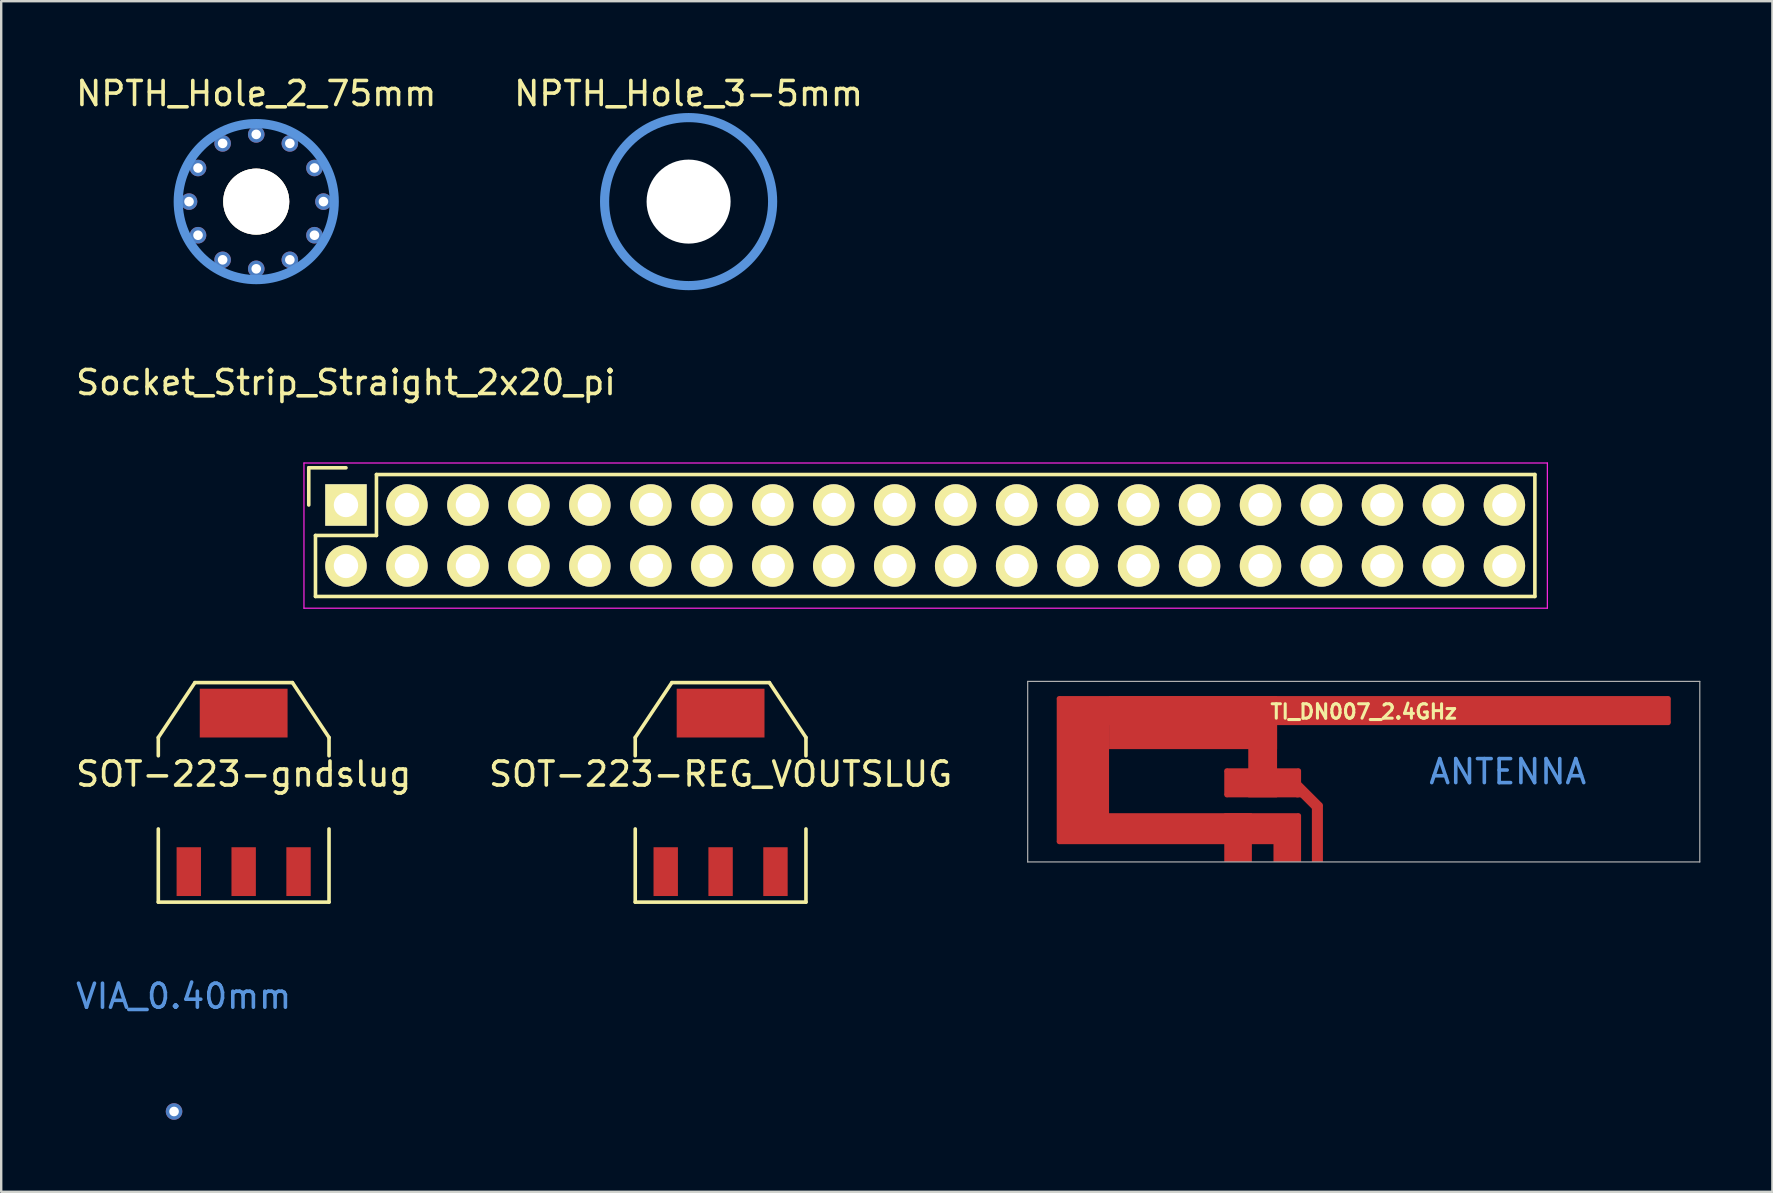
<source format=kicad_pcb>
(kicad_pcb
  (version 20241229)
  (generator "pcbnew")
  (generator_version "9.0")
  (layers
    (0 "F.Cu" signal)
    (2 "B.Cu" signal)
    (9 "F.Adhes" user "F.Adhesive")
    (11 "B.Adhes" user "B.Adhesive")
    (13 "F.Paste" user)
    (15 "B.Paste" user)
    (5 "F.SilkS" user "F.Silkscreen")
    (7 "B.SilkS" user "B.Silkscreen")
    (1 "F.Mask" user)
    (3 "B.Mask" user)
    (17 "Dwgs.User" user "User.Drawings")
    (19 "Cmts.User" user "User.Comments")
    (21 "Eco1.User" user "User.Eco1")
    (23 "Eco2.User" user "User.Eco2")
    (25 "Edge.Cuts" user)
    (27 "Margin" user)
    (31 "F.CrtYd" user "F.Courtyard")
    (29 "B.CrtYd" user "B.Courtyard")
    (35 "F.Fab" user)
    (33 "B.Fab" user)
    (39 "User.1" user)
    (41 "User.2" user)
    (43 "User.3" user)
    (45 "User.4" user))
  (footprint "NPTH_Hole_2_75mm"
    (layer "F.Cu")
    (at 7.625 5.349)
    (property "Reference" "NPTH_Hole_2_75mm" (at 0 -4.501 0) (layer "F.SilkS") (effects (font (size 1 1) (thickness 0.15))))
    (attr through_hole)
    (fp_circle (center 0 0) (end 3.25 0) (stroke (width 0.381) (type solid)) (fill no) (layer "Cmts.User"))
    (pad "1" thru_hole circle (at -2.8 0) (size 0.69 0.69) (drill 0.4) (layers "*.Cu"))
    (pad "1" thru_hole circle (at -2.425 -1.4 330) (size 0.69 0.69) (drill 0.4) (layers "*.Cu"))
    (pad "1" thru_hole circle (at -2.425 1.4 30) (size 0.69 0.69) (drill 0.4) (layers "*.Cu"))
    (pad "1" thru_hole circle (at -1.4 -2.425 300) (size 0.69 0.69) (drill 0.4) (layers "*.Cu"))
    (pad "1" thru_hole circle (at -1.4 2.425 60) (size 0.69 0.69) (drill 0.4) (layers "*.Cu"))
    (pad "1" thru_hole circle (at 0 -2.8 270) (size 0.69 0.69) (drill 0.4) (layers "*.Cu"))
    (pad "1" thru_hole circle (at 0 0) (size 2.75 2.75) (drill 2.75) (layers "*.Cu" "*.Mask" "F.SilkS"))
    (pad "1" thru_hole circle (at 0 2.8 90) (size 0.69 0.69) (drill 0.4) (layers "*.Cu"))
    (pad "1" thru_hole circle (at 1.4 -2.425 240) (size 0.69 0.69) (drill 0.4) (layers "*.Cu"))
    (pad "1" thru_hole circle (at 1.4 2.425 120) (size 0.69 0.69) (drill 0.4) (layers "*.Cu"))
    (pad "1" thru_hole circle (at 2.425 -1.4 210) (size 0.69 0.69) (drill 0.4) (layers "*.Cu"))
    (pad "1" thru_hole circle (at 2.425 1.4 150) (size 0.69 0.69) (drill 0.4) (layers "*.Cu"))
    (pad "1" thru_hole circle (at 2.8 0 180) (size 0.69 0.69) (drill 0.4) (layers "*.Cu")))
  (footprint "SOT-223-gndslug"
    (layer "F.Cu")
    (at 7.101 29.96)
    (property "Reference" "SOT-223-gndslug" (at 0 -0.762 0) (layer "F.SilkS") (effects (font (size 1 1) (thickness 0.15))))
    (attr smd)
    (fp_line (start -3.556 -2.286) (end -2.032 -4.572) (stroke (width 0.15) (type solid)) (layer "F.SilkS"))
    (fp_line (start -3.556 -1.524) (end -3.556 -2.286) (stroke (width 0.15) (type solid)) (layer "F.SilkS"))
    (fp_line (start -3.556 1.524) (end -3.556 4.572) (stroke (width 0.15) (type solid)) (layer "F.SilkS"))
    (fp_line (start -3.556 4.572) (end 3.556 4.572) (stroke (width 0.15) (type solid)) (layer "F.SilkS"))
    (fp_line (start -2.032 -4.572) (end 2.032 -4.572) (stroke (width 0.15) (type solid)) (layer "F.SilkS"))
    (fp_line (start 2.032 -4.572) (end 3.556 -2.286) (stroke (width 0.15) (type solid)) (layer "F.SilkS"))
    (fp_line (start 3.556 -2.286) (end 3.556 -1.524) (stroke (width 0.15) (type solid)) (layer "F.SilkS"))
    (fp_line (start 3.556 4.572) (end 3.556 1.524) (stroke (width 0.15) (type solid)) (layer "F.SilkS"))
    (pad "1" smd rect (at -2.286 3.302) (size 1.016 2.032) (layers "F.Cu" "F.Mask" "F.Paste"))
    (pad "1" smd rect (at 0 -3.302) (size 3.658 2.032) (layers "F.Cu" "F.Mask" "F.Paste"))
    (pad "2" smd rect (at 0 3.302) (size 1.016 2.032) (layers "F.Cu" "F.Mask" "F.Paste"))
    (pad "3" smd rect (at 2.286 3.302) (size 1.016 2.032) (layers "F.Cu" "F.Mask" "F.Paste")))
  (footprint "TI_DN007_2.4GHz"
    (layer "F.Cu")
    (at 53.763 29.098)
    (property "Reference" "TI_DN007_2.4GHz" (at 0 -2.5 0) (layer "F.SilkS") (effects (font (size 0.6 0.6) (thickness 0.127))))
    (attr exclude_from_pos_files exclude_from_bom)
    (fp_line (start -14 -3.76) (end -14 3.76) (stroke (width 0.05) (type solid)) (layer "F.Fab"))
    (fp_line (start -14 3.76) (end 14 3.76) (stroke (width 0.05) (type solid)) (layer "F.Fab"))
    (fp_line (start 14 -3.76) (end -14 -3.76) (stroke (width 0.05) (type solid)) (layer "F.Fab"))
    (fp_line (start 14 -3.76) (end 14 3.76) (stroke (width 0.05) (type solid)) (layer "F.Fab"))
    (fp_text user "ANTENNA" (at 6 0 0) (layer "Cmts.User") (effects (font (size 1 1) (thickness 0.15))))
    (pad "1" connect circle (at -12.69 -3.05 45) (size 0.2 0.2) (layers "F.Cu"))
    (pad "1" connect circle (at -12.69 2.92 45) (size 0.2 0.2) (layers "F.Cu"))
    (pad "1" connect rect (at -11.7 -0.065) (size 2.18 5.97) (layers "F.Cu"))
    (pad "1" connect rect (at -7.7 2.375) (size 9.98 1.29) (layers "F.Cu"))
    (pad "1" connect rect (at -7.11 -2.045) (size 7 2.21) (layers "F.Cu"))
    (pad "1" connect circle (at -5.71 -0.04 45) (size 0.2 0.2) (layers "F.Cu"))
    (pad "1" connect circle (at -5.71 0.97 45) (size 0.2 0.2) (layers "F.Cu"))
    (pad "1" connect rect (at -5.235 2.745) (size 1.15 2.03) (layers "F.Cu"))
    (pad "1" connect rect (at -4.21 -1.04) (size 1.2 4.22) (layers "F.Cu"))
    (pad "1" connect rect (at -4.21 0.465) (size 3 1.21) (layers "F.Cu"))
    (pad "1" connect rect (at -4.21 0.465) (size 3.2 1.01) (layers "F.Cu"))
    (pad "1" connect rect (at -3.185 2.795) (size 1.15 1.93) (layers "F.Cu"))
    (pad "1" connect circle (at -2.71 -0.04 45) (size 0.2 0.2) (layers "F.Cu"))
    (pad "1" connect rect (at -2.71 0.97) (size 0.2 0.2) (layers "F.Cu"))
    (pad "1" connect circle (at -2.71 1.83 45) (size 0.2 0.2) (layers "F.Cu"))
    (pad "1" connect rect (at -2.332 1.046 45) (size 0.46 1.246) (layers "F.Cu"))
    (pad "1" connect circle (at -1.8 1.394 45) (size 0.2 0.2) (layers "F.Cu"))
    (pad "1" connect rect (at 0 -2.545) (size 25.38 1.21) (layers "F.Cu"))
    (pad "1" connect rect (at 12 -2.545) (size 1.58 1.01) (layers "F.Cu"))
    (pad "1" connect circle (at 12.69 -3.05 45) (size 0.2 0.2) (layers "F.Cu"))
    (pad "1" connect circle (at 12.69 -2.04 45) (size 0.2 0.2) (layers "F.Cu"))
    (pad "2" connect rect (at -1.93 2.577) (size 0.46 2.366) (layers "F.Cu")))
  (footprint "Socket_Strip_Straight_2x20_pi"
    (layer "F.Cu")
    (at 35.493 19.258)
    (property "Reference" "Socket_Strip_Straight_2x20_pi" (at -24.13 -6.37 0) (layer "F.SilkS") (effects (font (size 1 1) (thickness 0.15))))
    (attr through_hole)
    (fp_line (start -25.68 -2.82) (end -25.68 -1.27) (stroke (width 0.15) (type solid)) (layer "F.SilkS"))
    (fp_line (start -25.4 0) (end -22.86 0) (stroke (width 0.15) (type solid)) (layer "F.SilkS"))
    (fp_line (start -25.4 2.54) (end -25.4 0) (stroke (width 0.15) (type solid)) (layer "F.SilkS"))
    (fp_line (start -24.13 -2.82) (end -25.68 -2.82) (stroke (width 0.15) (type solid)) (layer "F.SilkS"))
    (fp_line (start -22.86 -2.54) (end 25.4 -2.54) (stroke (width 0.15) (type solid)) (layer "F.SilkS"))
    (fp_line (start -22.86 0) (end -22.86 -2.54) (stroke (width 0.15) (type solid)) (layer "F.SilkS"))
    (fp_line (start 25.4 2.54) (end -25.4 2.54) (stroke (width 0.15) (type solid)) (layer "F.SilkS"))
    (fp_line (start 25.4 2.54) (end 25.4 -2.54) (stroke (width 0.15) (type solid)) (layer "F.SilkS"))
    (fp_line (start -25.88 -3.02) (end -25.88 3.03) (stroke (width 0.05) (type solid)) (layer "F.CrtYd"))
    (fp_line (start -25.88 -3.02) (end 25.92 -3.02) (stroke (width 0.05) (type solid)) (layer "F.CrtYd"))
    (fp_line (start -25.88 3.03) (end 25.92 3.03) (stroke (width 0.05) (type solid)) (layer "F.CrtYd"))
    (fp_line (start 25.92 -3.02) (end 25.92 3.03) (stroke (width 0.05) (type solid)) (layer "F.CrtYd"))
    (pad "1" thru_hole rect (at -24.13 -1.27) (size 1.727 1.727) (drill 1.016) (layers "*.Cu" "*.Mask" "F.SilkS"))
    (pad "2" thru_hole oval (at -24.13 1.27) (size 1.727 1.727) (drill 1.016) (layers "*.Cu" "*.Mask" "F.SilkS"))
    (pad "3" thru_hole oval (at -21.59 -1.27) (size 1.727 1.727) (drill 1.016) (layers "*.Cu" "*.Mask" "F.SilkS"))
    (pad "4" thru_hole oval (at -21.59 1.27) (size 1.727 1.727) (drill 1.016) (layers "*.Cu" "*.Mask" "F.SilkS"))
    (pad "5" thru_hole oval (at -19.05 -1.27) (size 1.727 1.727) (drill 1.016) (layers "*.Cu" "*.Mask" "F.SilkS"))
    (pad "6" thru_hole oval (at -19.05 1.27) (size 1.727 1.727) (drill 1.016) (layers "*.Cu" "*.Mask" "F.SilkS"))
    (pad "7" thru_hole oval (at -16.51 -1.27) (size 1.727 1.727) (drill 1.016) (layers "*.Cu" "*.Mask" "F.SilkS"))
    (pad "8" thru_hole oval (at -16.51 1.27) (size 1.727 1.727) (drill 1.016) (layers "*.Cu" "*.Mask" "F.SilkS"))
    (pad "9" thru_hole oval (at -13.97 -1.27) (size 1.727 1.727) (drill 1.016) (layers "*.Cu" "*.Mask" "F.SilkS"))
    (pad "10" thru_hole oval (at -13.97 1.27) (size 1.727 1.727) (drill 1.016) (layers "*.Cu" "*.Mask" "F.SilkS"))
    (pad "11" thru_hole oval (at -11.43 -1.27) (size 1.727 1.727) (drill 1.016) (layers "*.Cu" "*.Mask" "F.SilkS"))
    (pad "12" thru_hole oval (at -11.43 1.27) (size 1.727 1.727) (drill 1.016) (layers "*.Cu" "*.Mask" "F.SilkS"))
    (pad "13" thru_hole oval (at -8.89 -1.27) (size 1.727 1.727) (drill 1.016) (layers "*.Cu" "*.Mask" "F.SilkS"))
    (pad "14" thru_hole oval (at -8.89 1.27) (size 1.727 1.727) (drill 1.016) (layers "*.Cu" "*.Mask" "F.SilkS"))
    (pad "15" thru_hole oval (at -6.35 -1.27) (size 1.727 1.727) (drill 1.016) (layers "*.Cu" "*.Mask" "F.SilkS"))
    (pad "16" thru_hole oval (at -6.35 1.27) (size 1.727 1.727) (drill 1.016) (layers "*.Cu" "*.Mask" "F.SilkS"))
    (pad "17" thru_hole oval (at -3.81 -1.27) (size 1.727 1.727) (drill 1.016) (layers "*.Cu" "*.Mask" "F.SilkS"))
    (pad "18" thru_hole oval (at -3.81 1.27) (size 1.727 1.727) (drill 1.016) (layers "*.Cu" "*.Mask" "F.SilkS"))
    (pad "19" thru_hole oval (at -1.27 -1.27) (size 1.727 1.727) (drill 1.016) (layers "*.Cu" "*.Mask" "F.SilkS"))
    (pad "20" thru_hole oval (at -1.27 1.27) (size 1.727 1.727) (drill 1.016) (layers "*.Cu" "*.Mask" "F.SilkS"))
    (pad "21" thru_hole oval (at 1.27 -1.27) (size 1.727 1.727) (drill 1.016) (layers "*.Cu" "*.Mask" "F.SilkS"))
    (pad "22" thru_hole oval (at 1.27 1.27) (size 1.727 1.727) (drill 1.016) (layers "*.Cu" "*.Mask" "F.SilkS"))
    (pad "23" thru_hole oval (at 3.81 -1.27) (size 1.727 1.727) (drill 1.016) (layers "*.Cu" "*.Mask" "F.SilkS"))
    (pad "24" thru_hole oval (at 3.81 1.27) (size 1.727 1.727) (drill 1.016) (layers "*.Cu" "*.Mask" "F.SilkS"))
    (pad "25" thru_hole oval (at 6.35 -1.27) (size 1.727 1.727) (drill 1.016) (layers "*.Cu" "*.Mask" "F.SilkS"))
    (pad "26" thru_hole oval (at 6.35 1.27) (size 1.727 1.727) (drill 1.016) (layers "*.Cu" "*.Mask" "F.SilkS"))
    (pad "27" thru_hole oval (at 8.89 -1.27) (size 1.727 1.727) (drill 1.016) (layers "*.Cu" "*.Mask" "F.SilkS"))
    (pad "28" thru_hole oval (at 8.89 1.27) (size 1.727 1.727) (drill 1.016) (layers "*.Cu" "*.Mask" "F.SilkS"))
    (pad "29" thru_hole oval (at 11.43 -1.27) (size 1.727 1.727) (drill 1.016) (layers "*.Cu" "*.Mask" "F.SilkS"))
    (pad "30" thru_hole oval (at 11.43 1.27) (size 1.727 1.727) (drill 1.016) (layers "*.Cu" "*.Mask" "F.SilkS"))
    (pad "31" thru_hole oval (at 13.97 -1.27) (size 1.727 1.727) (drill 1.016) (layers "*.Cu" "*.Mask" "F.SilkS"))
    (pad "32" thru_hole oval (at 13.97 1.27) (size 1.727 1.727) (drill 1.016) (layers "*.Cu" "*.Mask" "F.SilkS"))
    (pad "33" thru_hole oval (at 16.51 -1.27) (size 1.727 1.727) (drill 1.016) (layers "*.Cu" "*.Mask" "F.SilkS"))
    (pad "34" thru_hole oval (at 16.51 1.27) (size 1.727 1.727) (drill 1.016) (layers "*.Cu" "*.Mask" "F.SilkS"))
    (pad "35" thru_hole oval (at 19.05 -1.27) (size 1.727 1.727) (drill 1.016) (layers "*.Cu" "*.Mask" "F.SilkS"))
    (pad "36" thru_hole oval (at 19.05 1.27) (size 1.727 1.727) (drill 1.016) (layers "*.Cu" "*.Mask" "F.SilkS"))
    (pad "37" thru_hole oval (at 21.59 -1.27) (size 1.727 1.727) (drill 1.016) (layers "*.Cu" "*.Mask" "F.SilkS"))
    (pad "38" thru_hole oval (at 21.59 1.27) (size 1.727 1.727) (drill 1.016) (layers "*.Cu" "*.Mask" "F.SilkS"))
    (pad "39" thru_hole oval (at 24.13 -1.27) (size 1.727 1.727) (drill 1.016) (layers "*.Cu" "*.Mask" "F.SilkS"))
    (pad "40" thru_hole oval (at 24.13 1.27) (size 1.727 1.727) (drill 1.016) (layers "*.Cu" "*.Mask" "F.SilkS")))
  (footprint "SOT-223-REG_VOUTSLUG"
    (layer "F.Cu")
    (at 26.97 29.96)
    (property "Reference" "SOT-223-REG_VOUTSLUG" (at 0 -0.762 0) (layer "F.SilkS") (effects (font (size 1 1) (thickness 0.15))))
    (attr smd)
    (fp_line (start -3.556 -2.286) (end -2.032 -4.572) (stroke (width 0.15) (type solid)) (layer "F.SilkS"))
    (fp_line (start -3.556 -1.524) (end -3.556 -2.286) (stroke (width 0.15) (type solid)) (layer "F.SilkS"))
    (fp_line (start -3.556 1.524) (end -3.556 4.572) (stroke (width 0.15) (type solid)) (layer "F.SilkS"))
    (fp_line (start -3.556 4.572) (end 3.556 4.572) (stroke (width 0.15) (type solid)) (layer "F.SilkS"))
    (fp_line (start -2.032 -4.572) (end 2.032 -4.572) (stroke (width 0.15) (type solid)) (layer "F.SilkS"))
    (fp_line (start 2.032 -4.572) (end 3.556 -2.286) (stroke (width 0.15) (type solid)) (layer "F.SilkS"))
    (fp_line (start 3.556 -2.286) (end 3.556 -1.524) (stroke (width 0.15) (type solid)) (layer "F.SilkS"))
    (fp_line (start 3.556 4.572) (end 3.556 1.524) (stroke (width 0.15) (type solid)) (layer "F.SilkS"))
    (pad "1" smd rect (at -2.286 3.302) (size 1.016 2.032) (layers "F.Cu" "F.Mask" "F.Paste"))
    (pad "2" smd rect (at 0 -3.302) (size 3.658 2.032) (layers "F.Cu" "F.Mask" "F.Paste"))
    (pad "2" smd rect (at 0 3.302) (size 1.016 2.032) (layers "F.Cu" "F.Mask" "F.Paste"))
    (pad "3" smd rect (at 2.286 3.302) (size 1.016 2.032) (layers "F.Cu" "F.Mask" "F.Paste")))
  (footprint "NPTH_Hole_3-5mm"
    (layer "F.Cu")
    (at 25.637 5.349)
    (property "Reference" "NPTH_Hole_3-5mm" (at 0 -4.501 0) (layer "F.SilkS") (effects (font (size 1 1) (thickness 0.15))))
    (attr through_hole)
    (fp_circle (center 0 0) (end 3.5 0) (stroke (width 0.381) (type solid)) (fill no) (layer "Cmts.User"))
    (pad "" np_thru_hole circle (at 0 0) (size 3.5 3.5) (drill 3.5) (layers "*.Mask" "F.Cu")))
  (footprint "VIA_0.40mm"
    (layer "F.Cu")
    (at 4.201 43.255)
    (property "Reference" "VIA_0.40mm" (at 0.4 -4.8 0) (layer "Cmts.User") (effects (font (size 1 1) (thickness 0.15))))
    (attr through_hole)
    (pad "1" thru_hole circle (at 0 0) (size 0.69 0.69) (drill 0.4) (layers "*.Cu")))
  (gr_rect
    (start -3 -3)
    (end 70.788 46.6)
    (stroke (width 0.1) (type default))
    (fill no)
    (layer "Edge.Cuts")))
</source>
